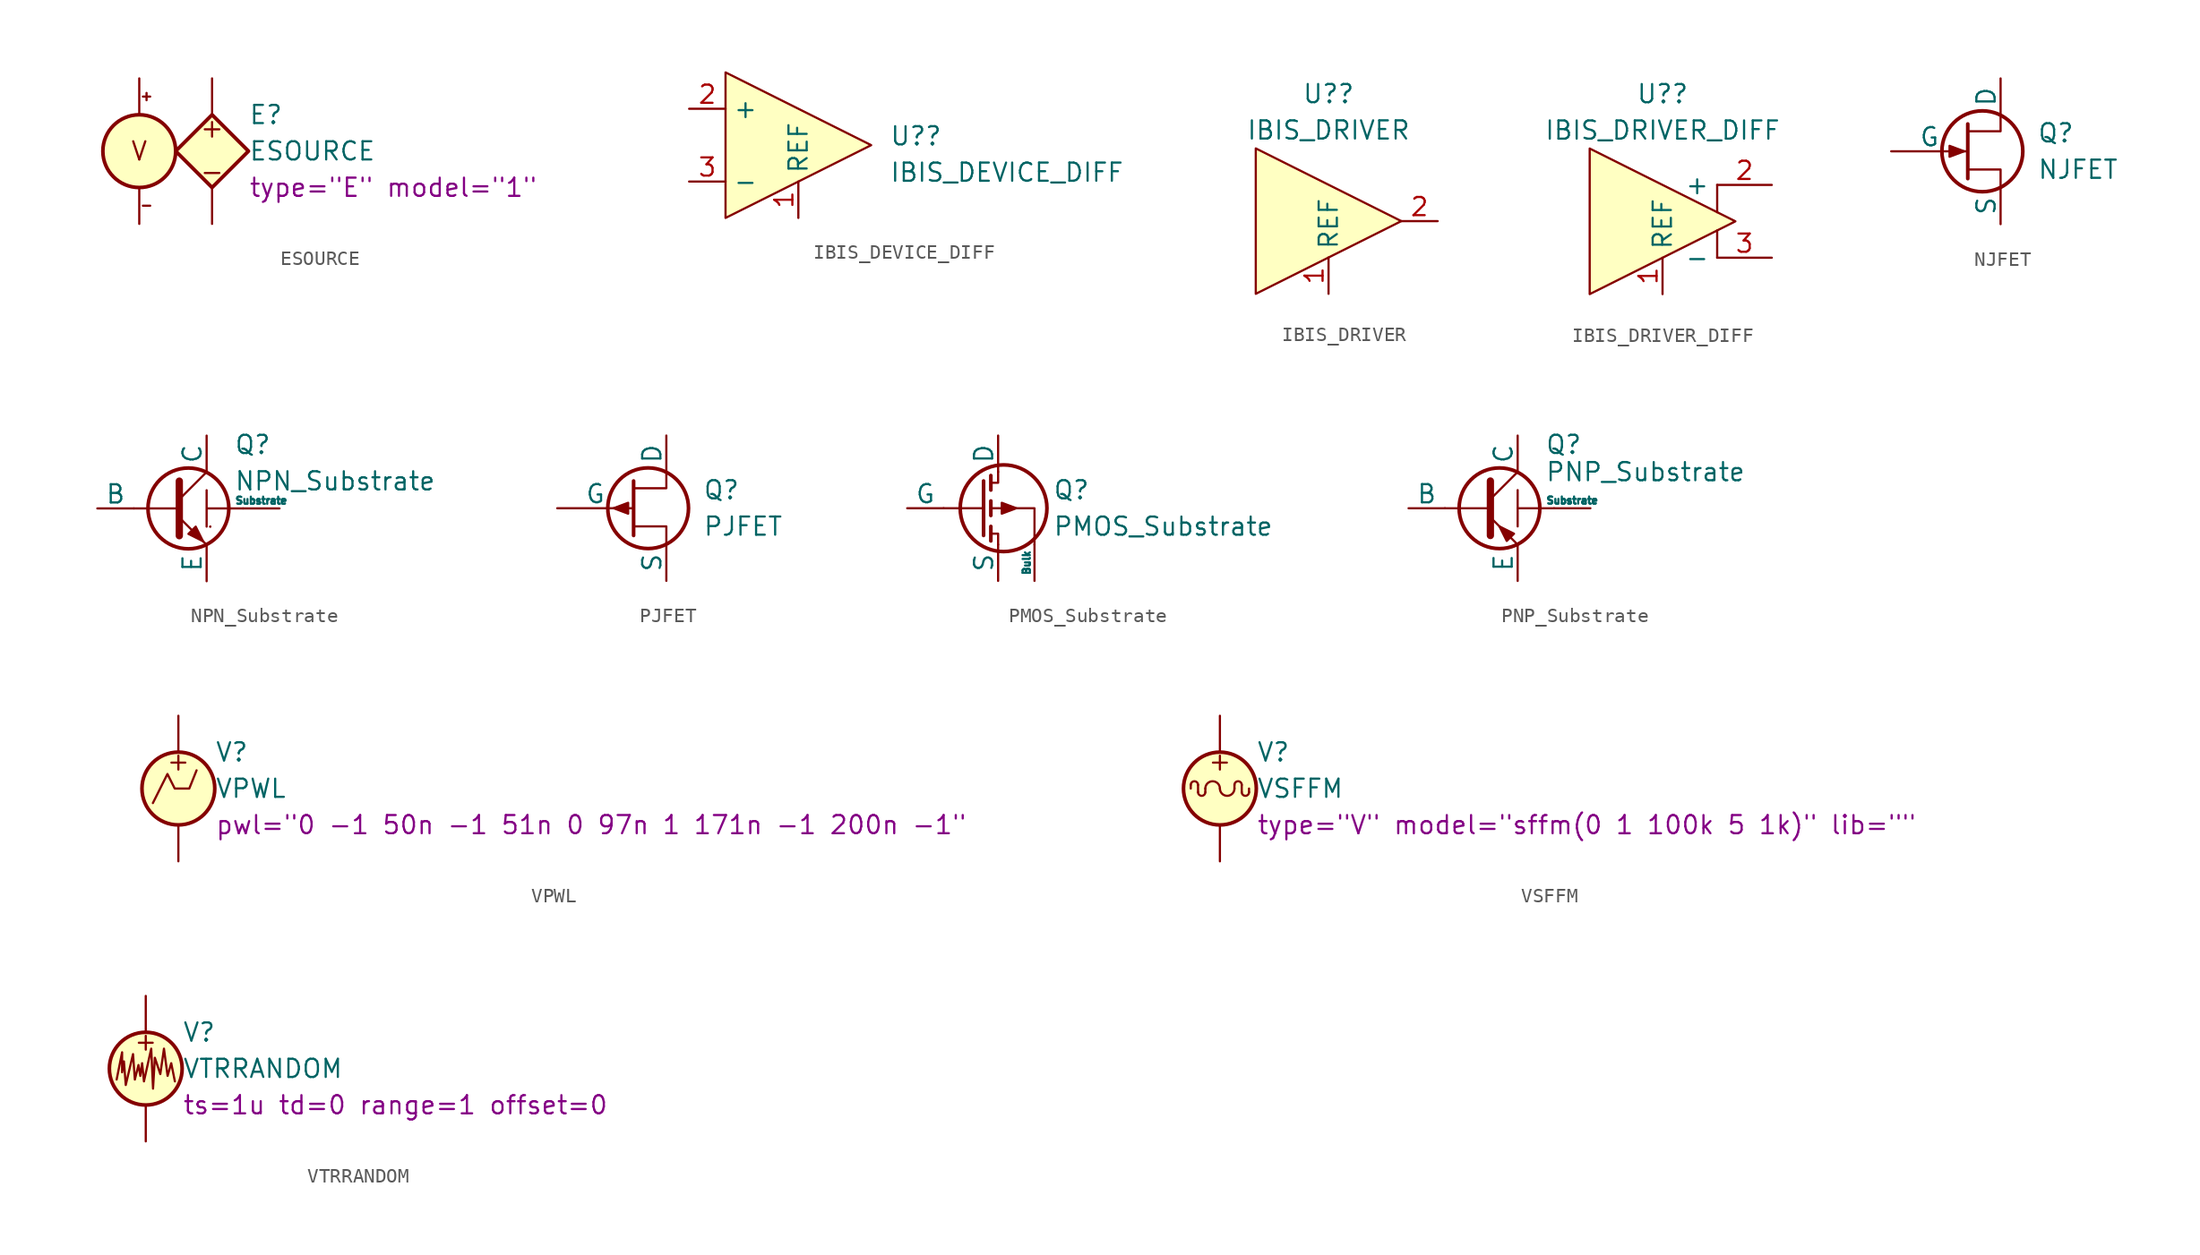
<source format=kicad_sym>
(kicad_symbol_lib
  (version 20241209)
  (generator "kicad_symbol_editor")
  (generator_version "9.0")
  (symbol "ESOURCE"
    (pin_numbers
      (hide yes))
    (pin_names
      (offset 1.016)
      (hide yes))
    (property "Reference" "E"
      (at 2.54 2.54 0)
      (effects (font (size 1.27 1.27)) (justify left)))
    (property "Value" "ESOURCE"
      (at 2.54 0 0)
      (effects (font (size 1.27 1.27)) (justify left)))
    (property "Sim.Params" "type=\"E\" model=\"1\""
      (at 2.54 -2.54 0)
      (effects (font (size 1.27 1.27)) (justify left)))
    (symbol "ESOURCE_0_1"
      (polyline (pts (xy 0 2.032) (xy 0 1.016)) (stroke (width 0) (type default)) (fill (type none))))
    (symbol "ESOURCE_1_1"
      (circle (center -5.08 0) (radius 2.54) (stroke (width 0.254) (type default)) (fill (type background)))
      (polyline (pts (xy -4.826 3.81) (xy -4.318 3.81)) (stroke (width 0) (type default)) (fill (type none)))
      (polyline (pts (xy -4.826 -3.81) (xy -4.318 -3.81)) (stroke (width 0) (type default)) (fill (type none)))
      (polyline (pts (xy -4.572 4.064) (xy -4.572 3.556)) (stroke (width 0) (type default)) (fill (type none)))
      (polyline (pts (xy 0 2.54) (xy -2.54 0) (xy 0 -2.54) (xy 2.54 0) (xy 0 2.54)) (stroke (width 0.254) (type default)) (fill (type background)))
      (polyline (pts (xy 0.508 1.524) (xy -0.508 1.524)) (stroke (width 0) (type default)) (fill (type none)))
      (polyline (pts (xy 0.508 -1.524) (xy -0.508 -1.524)) (stroke (width 0) (type default)) (fill (type none)))
      (text "V" (at -5.08 0 0) (effects (font (size 1.27 1.27))))
      (pin input line (at -5.08 5.08 270) (length 2.54) (name "C+" (effects (font (size 1.27 1.27)))) (number "3" (effects (font (size 1.27 1.27)))))
      (pin input line (at -5.08 -5.08 90) (length 2.54) (name "C-" (effects (font (size 1.27 1.27)))) (number "4" (effects (font (size 1.27 1.27)))))
      (pin passive line (at 0 5.08 270) (length 2.54) (name "N+" (effects (font (size 1.27 1.27)))) (number "1" (effects (font (size 1.27 1.27)))))
      (pin passive line (at 0 -5.08 90) (length 2.54) (name "N-" (effects (font (size 1.27 1.27)))) (number "2" (effects (font (size 1.27 1.27)))))))
  (symbol "IBIS_DEVICE_DIFF"
    (property "Reference" "U?"
      (at 6.35 0.635 0)
      (effects (font (size 1.27 1.27)) (justify left)))
    (property "Value" "IBIS_DEVICE_DIFF"
      (at 6.35 -1.905 0)
      (effects (font (size 1.27 1.27)) (justify left)))
    (symbol "IBIS_DEVICE_DIFF_0_1"
      (polyline (pts (xy 5.08 0) (xy -5.08 5.08) (xy -5.08 -5.08) (xy 5.08 0)) (stroke (width 0) (type default)) (fill (type background))))
    (symbol "IBIS_DEVICE_DIFF_1_1"
      (pin input line (at -7.62 2.54 0) (length 2.54) (name "+" (effects (font (size 1.27 1.27)))) (number "2" (effects (font (size 1.27 1.27)))))
      (pin input line (at -7.62 -2.54 0) (length 2.54) (name "-" (effects (font (size 1.27 1.27)))) (number "3" (effects (font (size 1.27 1.27)))))
      (pin power_in line (at 0 -5.08 90) (length 2.54) (name "REF" (effects (font (size 1.27 1.27)))) (number "1" (effects (font (size 1.27 1.27)))))))
  (symbol "IBIS_DRIVER"
    (property "Reference" "U?"
      (at 0 8.89 0)
      (effects (font (size 1.27 1.27))))
    (property "Value" "IBIS_DRIVER"
      (at 0 6.35 0)
      (effects (font (size 1.27 1.27))))
    (symbol "IBIS_DRIVER_0_1"
      (polyline (pts (xy 5.08 0) (xy -5.08 5.08) (xy -5.08 -5.08) (xy 5.08 0)) (stroke (width 0) (type default)) (fill (type background))))
    (symbol "IBIS_DRIVER_1_1"
      (pin power_in line (at 0 -5.08 90) (length 2.54) (name "REF" (effects (font (size 1.27 1.27)))) (number "1" (effects (font (size 1.27 1.27)))))
      (pin bidirectional line (at 7.62 0 180) (length 2.54) (name "" (effects (font (size 1.27 1.27)))) (number "2" (effects (font (size 1.27 1.27)))))))
  (symbol "IBIS_DRIVER_DIFF"
    (property "Reference" "U?"
      (at 0 8.89 0)
      (effects (font (size 1.27 1.27))))
    (property "Value" "IBIS_DRIVER_DIFF"
      (at 0 6.35 0)
      (effects (font (size 1.27 1.27))))
    (symbol "IBIS_DRIVER_DIFF_0_1"
      (polyline (pts (xy 3.81 2.54) (xy 3.81 0.635)) (stroke (width 0) (type default)) (fill (type none)))
      (polyline (pts (xy 3.81 -2.54) (xy 3.81 -0.635)) (stroke (width 0) (type default)) (fill (type none)))
      (polyline (pts (xy 5.08 0) (xy -5.08 5.08) (xy -5.08 -5.08) (xy 5.08 0)) (stroke (width 0) (type default)) (fill (type background))))
    (symbol "IBIS_DRIVER_DIFF_1_1"
      (pin power_in line (at 0 -5.08 90) (length 2.54) (name "REF" (effects (font (size 1.27 1.27)))) (number "1" (effects (font (size 1.27 1.27)))))
      (pin bidirectional line (at 7.62 2.54 180) (length 3.81) (name "+" (effects (font (size 1.27 1.27)))) (number "2" (effects (font (size 1.27 1.27)))))
      (pin bidirectional line (at 7.62 -2.54 180) (length 3.81) (name "-" (effects (font (size 1.27 1.27)))) (number "3" (effects (font (size 1.27 1.27)))))))
  (symbol "NJFET"
    (pin_numbers
      (hide yes))
    (pin_names
      (offset 0))
    (property "Reference" "Q"
      (at 5.08 1.27 0)
      (effects (font (size 1.27 1.27)) (justify left)))
    (property "Value" "NJFET"
      (at 5.08 -1.27 0)
      (effects (font (size 1.27 1.27)) (justify left)))
    (symbol "NJFET_0_1"
      (polyline (pts (xy 0 0) (xy -1.016 0.381) (xy -1.016 -0.381) (xy 0 0)) (stroke (width 0) (type default)) (fill (type outline)))
      (polyline (pts (xy 0.254 1.905) (xy 0.254 -1.905) (xy 0.254 -1.905)) (stroke (width 0.254) (type default)) (fill (type none)))
      (circle (center 1.27 0) (radius 2.819) (stroke (width 0.254) (type default)) (fill (type none)))
      (polyline (pts (xy 2.54 2.54) (xy 2.54 1.397) (xy 0.254 1.397)) (stroke (width 0) (type default)) (fill (type none)))
      (polyline (pts (xy 2.54 -2.54) (xy 2.54 -1.27) (xy 0.254 -1.27)) (stroke (width 0) (type default)) (fill (type none))))
    (symbol "NJFET_1_1"
      (pin input line (at -5.08 0 0) (length 5.334) (name "G" (effects (font (size 1.27 1.27)))) (number "2" (effects (font (size 1.27 1.27)))))
      (pin passive line (at 2.54 5.08 270) (length 2.54) (name "D" (effects (font (size 1.27 1.27)))) (number "1" (effects (font (size 1.27 1.27)))))
      (pin passive line (at 2.54 -5.08 90) (length 2.54) (name "S" (effects (font (size 1.27 1.27)))) (number "3" (effects (font (size 1.27 1.27)))))))
  (symbol "NPN_Substrate"
    (pin_numbers
      (hide yes))
    (pin_names
      (offset 0))
    (property "Reference" "Q"
      (at 4.445 4.445 0)
      (effects (font (size 1.27 1.27)) (justify left)))
    (property "Value" "NPN_Substrate"
      (at 4.445 1.905 0)
      (effects (font (size 1.27 1.27)) (justify left)))
    (symbol "NPN_Substrate_0_1"
      (polyline (pts (xy -2.54 0) (xy 0.635 0)) (stroke (width 0.152) (type default)) (fill (type none)))
      (polyline (pts (xy 0.635 1.905) (xy 0.635 -1.905) (xy 0.635 -1.905)) (stroke (width 0.508) (type default)) (fill (type none)))
      (polyline (pts (xy 0.635 0.635) (xy 2.54 2.54)) (stroke (width 0) (type default)) (fill (type none)))
      (polyline (pts (xy 0.635 -0.635) (xy 2.54 -2.54) (xy 2.54 -2.54)) (stroke (width 0) (type default)) (fill (type none)))
      (circle (center 1.27 0) (radius 2.819) (stroke (width 0.254) (type default)) (fill (type none)))
      (polyline (pts (xy 1.27 -1.778) (xy 1.778 -1.27) (xy 2.286 -2.286) (xy 1.27 -1.778) (xy 1.27 -1.778)) (stroke (width 0) (type default)) (fill (type outline)))
      (polyline (pts (xy 2.54 1.27) (xy 2.54 -1.27) (xy 2.54 0) (xy 5.08 0)) (stroke (width 0.152) (type default)) (fill (type none)))
      (polyline (pts (xy 2.794 -1.27) (xy 2.794 -1.27)) (stroke (width 0.152) (type default)) (fill (type none)))
      (polyline (pts (xy 2.794 -1.27) (xy 2.794 -1.27)) (stroke (width 0.152) (type default)) (fill (type none))))
    (symbol "NPN_Substrate_1_1"
      (pin input line (at -5.08 0 0) (length 2.54) (name "B" (effects (font (size 1.27 1.27)))) (number "2" (effects (font (size 1.27 1.27)))))
      (pin open_collector line (at 2.54 5.08 270) (length 2.54) (name "C" (effects (font (size 1.27 1.27)))) (number "1" (effects (font (size 1.27 1.27)))))
      (pin open_emitter line (at 2.54 -5.08 90) (length 2.54) (name "E" (effects (font (size 1.27 1.27)))) (number "3" (effects (font (size 1.27 1.27)))))
      (pin passive line (at 7.62 0 180) (length 2.54) (name "Substrate" (effects (font (size 0.5 0.5)))) (number "4" (effects (font (size 1.27 1.27)))))))
  (symbol "PJFET"
    (pin_numbers
      (hide yes))
    (pin_names
      (offset 0))
    (property "Reference" "Q"
      (at 5.08 1.27 0)
      (effects (font (size 1.27 1.27)) (justify left)))
    (property "Value" "PJFET"
      (at 5.08 -1.27 0)
      (effects (font (size 1.27 1.27)) (justify left)))
    (symbol "PJFET_0_1"
      (polyline (pts (xy -1.143 0) (xy -0.127 0.381) (xy -0.127 -0.381) (xy -1.143 0)) (stroke (width 0) (type default)) (fill (type outline)))
      (polyline (pts (xy 0.254 1.905) (xy 0.254 -1.905) (xy 0.254 -1.905)) (stroke (width 0.254) (type default)) (fill (type none)))
      (circle (center 1.27 0) (radius 2.819) (stroke (width 0.254) (type default)) (fill (type none)))
      (polyline (pts (xy 2.54 2.54) (xy 2.54 1.397) (xy 0.254 1.397)) (stroke (width 0) (type default)) (fill (type none)))
      (polyline (pts (xy 2.54 -2.54) (xy 2.54 -1.27) (xy 0.254 -1.27)) (stroke (width 0) (type default)) (fill (type none))))
    (symbol "PJFET_1_1"
      (pin input line (at -5.08 0 0) (length 5.334) (name "G" (effects (font (size 1.27 1.27)))) (number "2" (effects (font (size 1.27 1.27)))))
      (pin passive line (at 2.54 5.08 270) (length 2.54) (name "D" (effects (font (size 1.27 1.27)))) (number "1" (effects (font (size 1.27 1.27)))))
      (pin passive line (at 2.54 -5.08 90) (length 2.54) (name "S" (effects (font (size 1.27 1.27)))) (number "3" (effects (font (size 1.27 1.27)))))))
  (symbol "PMOS_Substrate"
    (pin_numbers
      (hide yes))
    (pin_names
      (offset 0))
    (property "Reference" "Q"
      (at 6.35 1.27 0)
      (effects (font (size 1.27 1.27)) (justify left)))
    (property "Value" "PMOS_Substrate"
      (at 6.35 -1.27 0)
      (effects (font (size 1.27 1.27)) (justify left)))
    (symbol "PMOS_Substrate_0_1"
      (polyline (pts (xy 1.524 1.905) (xy 1.524 -1.905)) (stroke (width 0.254) (type default)) (fill (type none)))
      (polyline (pts (xy 1.524 0) (xy -1.27 0)) (stroke (width 0) (type default)) (fill (type none)))
      (polyline (pts (xy 2.032 2.286) (xy 2.032 1.27)) (stroke (width 0.254) (type default)) (fill (type none)))
      (polyline (pts (xy 2.032 1.778) (xy 2.54 1.778) (xy 2.54 2.54)) (stroke (width 0) (type default)) (fill (type none)))
      (polyline (pts (xy 2.032 0.508) (xy 2.032 -0.508)) (stroke (width 0.254) (type default)) (fill (type none)))
      (polyline (pts (xy 2.032 -1.27) (xy 2.032 -2.286)) (stroke (width 0.254) (type default)) (fill (type none)))
      (polyline (pts (xy 2.54 -2.54) (xy 2.54 -1.778) (xy 2.032 -1.778)) (stroke (width 0) (type default)) (fill (type none)))
      (circle (center 2.921 0) (radius 3.029) (stroke (width 0.254) (type default)) (fill (type none)))
      (polyline (pts (xy 3.81 0) (xy 2.794 0.381) (xy 2.794 -0.381) (xy 3.81 0)) (stroke (width 0) (type default)) (fill (type outline)))
      (polyline (pts (xy 5.08 -2.54) (xy 5.08 0) (xy 2.032 0)) (stroke (width 0) (type default)) (fill (type none))))
    (symbol "PMOS_Substrate_1_1"
      (pin input line (at -3.81 0 0) (length 2.54) (name "G" (effects (font (size 1.27 1.27)))) (number "2" (effects (font (size 1.27 1.27)))))
      (pin passive line (at 2.54 5.08 270) (length 2.54) (name "D" (effects (font (size 1.27 1.27)))) (number "1" (effects (font (size 1.27 1.27)))))
      (pin passive line (at 2.54 -5.08 90) (length 2.54) (name "S" (effects (font (size 1.27 1.27)))) (number "3" (effects (font (size 1.27 1.27)))))
      (pin input line (at 5.08 -5.08 90) (length 2.54) (name "Bulk" (effects (font (size 0.508 0.508)))) (number "4" (effects (font (size 1.27 1.27)))))))
  (symbol "PNP_Substrate"
    (pin_numbers
      (hide yes))
    (pin_names
      (offset 0))
    (property "Reference" "Q"
      (at 4.445 4.445 0)
      (effects (font (size 1.27 1.27)) (justify left)))
    (property "Value" "PNP_Substrate"
      (at 4.445 2.54 0)
      (effects (font (size 1.27 1.27)) (justify left)))
    (symbol "PNP_Substrate_0_1"
      (polyline (pts (xy -2.54 0) (xy 0.635 0)) (stroke (width 0.152) (type default)) (fill (type none)))
      (polyline (pts (xy 0.635 1.905) (xy 0.635 -1.905) (xy 0.635 -1.905)) (stroke (width 0.508) (type default)) (fill (type none)))
      (polyline (pts (xy 0.635 0.635) (xy 2.54 2.54)) (stroke (width 0) (type default)) (fill (type none)))
      (polyline (pts (xy 0.635 -0.635) (xy 2.54 -2.54) (xy 2.54 -2.54)) (stroke (width 0) (type default)) (fill (type none)))
      (circle (center 1.27 0) (radius 2.819) (stroke (width 0.254) (type default)) (fill (type none)))
      (polyline (pts (xy 2.286 -1.778) (xy 1.778 -2.286) (xy 1.27 -1.27) (xy 2.286 -1.778) (xy 2.286 -1.778)) (stroke (width 0) (type default)) (fill (type outline)))
      (polyline (pts (xy 2.54 0) (xy 5.08 0)) (stroke (width 0.152) (type default)) (fill (type none)))
      (polyline (pts (xy 2.54 0) (xy 2.54 1.27) (xy 2.54 0) (xy 2.54 -1.27)) (stroke (width 0.152) (type default)) (fill (type none))))
    (symbol "PNP_Substrate_1_1"
      (pin input line (at -5.08 0 0) (length 2.54) (name "B" (effects (font (size 1.27 1.27)))) (number "2" (effects (font (size 1.27 1.27)))))
      (pin open_collector line (at 2.54 5.08 270) (length 2.54) (name "C" (effects (font (size 1.27 1.27)))) (number "1" (effects (font (size 1.27 1.27)))))
      (pin open_emitter line (at 2.54 -5.08 90) (length 2.54) (name "E" (effects (font (size 1.27 1.27)))) (number "3" (effects (font (size 1.27 1.27)))))
      (pin passive line (at 7.62 0 180) (length 2.54) (name "Substrate" (effects (font (size 0.5 0.5)))) (number "4" (effects (font (size 1.27 1.27)))))))
  (symbol "VPWL"
    (pin_numbers
      (hide yes))
    (pin_names
      (offset 0.025))
    (property "Reference" "V"
      (at 2.54 2.54 0)
      (effects (font (size 1.27 1.27)) (justify left)))
    (property "Value" "VPWL"
      (at 2.54 0 0)
      (effects (font (size 1.27 1.27)) (justify left)))
    (property "Sim.Params" "pwl=\"0 -1 50n -1 51n 0 97n 1 171n -1 200n -1\""
      (at 2.54 -2.54 0)
      (effects (font (size 1.27 1.27)) (justify left)))
    (symbol "VPWL_0_0"
      (polyline (pts (xy -1.778 -1.016) (xy -0.762 1.016) (xy -0.254 0) (xy 0.762 0) (xy 1.27 1.27)) (stroke (width 0) (type default)) (fill (type none)))
      (text "+" (at 0 1.905 0) (effects (font (size 1.27 1.27)))))
    (symbol "VPWL_0_1"
      (circle (center 0 0) (radius 2.54) (stroke (width 0.254) (type default)) (fill (type background))))
    (symbol "VPWL_1_1"
      (pin passive line (at 0 5.08 270) (length 2.54) (name "~" (effects (font (size 1.27 1.27)))) (number "1" (effects (font (size 1.27 1.27)))))
      (pin passive line (at 0 -5.08 90) (length 2.54) (name "~" (effects (font (size 1.27 1.27)))) (number "2" (effects (font (size 1.27 1.27)))))))
  (symbol "VSFFM"
    (pin_numbers
      (hide yes))
    (pin_names
      (offset 0.025))
    (property "Reference" "V"
      (at 2.54 2.54 0)
      (effects (font (size 1.27 1.27)) (justify left)))
    (property "Value" "VSFFM"
      (at 2.54 0 0)
      (effects (font (size 1.27 1.27)) (justify left)))
    (property "Sim.Params" "type=\"V\" model=\"sffm(0 1 100k 5 1k)\" lib=\"\""
      (at 2.54 -2.54 0)
      (effects (font (size 1.27 1.27)) (justify left)))
    (symbol "VSFFM_0_0"
      (text "+" (at 0 1.905 0) (effects (font (size 1.27 1.27)))))
    (symbol "VSFFM_0_1"
      (polyline (pts (xy -2.032 0.254) (xy -2.032 0)) (stroke (width 0) (type default)) (fill (type none)))
      (arc (start -2.032 0.254) (mid -1.778 0.5069) (end -1.524 0.254) (stroke (width 0) (type default)) (fill (type none)))
      (polyline (pts (xy -1.524 -0.254) (xy -1.524 0.254)) (stroke (width 0) (type default)) (fill (type none)))
      (arc (start -1.016 -0.254) (mid -1.27 -0.5069) (end -1.524 -0.254) (stroke (width 0) (type default)) (fill (type none)))
      (polyline (pts (xy -1.016 0) (xy -1.016 -0.254)) (stroke (width 0) (type default)) (fill (type none)))
      (arc (start -1.016 0) (mid -0.508 0.5058) (end 0 0) (stroke (width 0) (type default)) (fill (type none)))
      (circle (center 0 0) (radius 2.54) (stroke (width 0.254) (type default)) (fill (type background)))
      (arc (start 1.016 0) (mid 0.508 -0.5058) (end 0 0) (stroke (width 0) (type default)) (fill (type none)))
      (polyline (pts (xy 1.016 0.254) (xy 1.016 0)) (stroke (width 0) (type default)) (fill (type none)))
      (arc (start 1.016 0.254) (mid 1.27 0.5069) (end 1.524 0.254) (stroke (width 0) (type default)) (fill (type none)))
      (polyline (pts (xy 1.524 0.254) (xy 1.524 -0.254)) (stroke (width 0) (type default)) (fill (type none)))
      (arc (start 2.032 -0.254) (mid 1.778 -0.5069) (end 1.524 -0.254) (stroke (width 0) (type default)) (fill (type none)))
      (polyline (pts (xy 2.032 -0.254) (xy 2.032 0)) (stroke (width 0) (type default)) (fill (type none))))
    (symbol "VSFFM_1_1"
      (pin passive line (at 0 5.08 270) (length 2.54) (name "~" (effects (font (size 1.27 1.27)))) (number "1" (effects (font (size 1.27 1.27)))))
      (pin passive line (at 0 -5.08 90) (length 2.54) (name "~" (effects (font (size 1.27 1.27)))) (number "2" (effects (font (size 1.27 1.27)))))))
  (symbol "VTRRANDOM"
    (pin_numbers
      (hide yes))
    (pin_names
      (offset 0.025))
    (property "Reference" "V"
      (at 2.54 2.54 0)
      (effects (font (size 1.27 1.27)) (justify left)))
    (property "Value" "VTRRANDOM"
      (at 2.54 0 0)
      (effects (font (size 1.27 1.27)) (justify left)))
    (property "Sim.Params" "ts=1u td=0 range=1 offset=0"
      (at 2.54 -2.54 0)
      (effects (font (size 1.27 1.27)) (justify left)))
    (symbol "VTRRANDOM_0_0"
      (text "+" (at 0 1.905 0) (effects (font (size 1.27 1.27)))))
    (symbol "VTRRANDOM_0_1"
      (polyline (pts (xy -2.032 -0.762) (xy -1.651 1.143) (xy -1.651 -0.254) (xy -1.524 0.508) (xy -1.397 -1.143) (xy -0.889 1.016) (xy -0.762 -0.762) (xy -0.508 0.254) (xy -0.381 -0.508) (xy -0.254 0.381) (xy -0.127 -0.889) (xy 0.381 1.397) (xy 0.508 -1.397) (xy 0.635 0.762) (xy 1.016 -0.381) (xy 1.27 1.397) (xy 1.524 -0.508) (xy 1.778 0.381) (xy 2.032 -0.889)) (stroke (width 0) (type default)) (fill (type none)))
      (circle (center 0 0) (radius 2.54) (stroke (width 0.254) (type default)) (fill (type background))))
    (symbol "VTRRANDOM_1_1"
      (pin passive line (at 0 5.08 270) (length 2.54) (name "~" (effects (font (size 1.27 1.27)))) (number "1" (effects (font (size 1.27 1.27)))))
      (pin passive line (at 0 -5.08 90) (length 2.54) (name "~" (effects (font (size 1.27 1.27)))) (number "2" (effects (font (size 1.27 1.27))))))))
</source>
